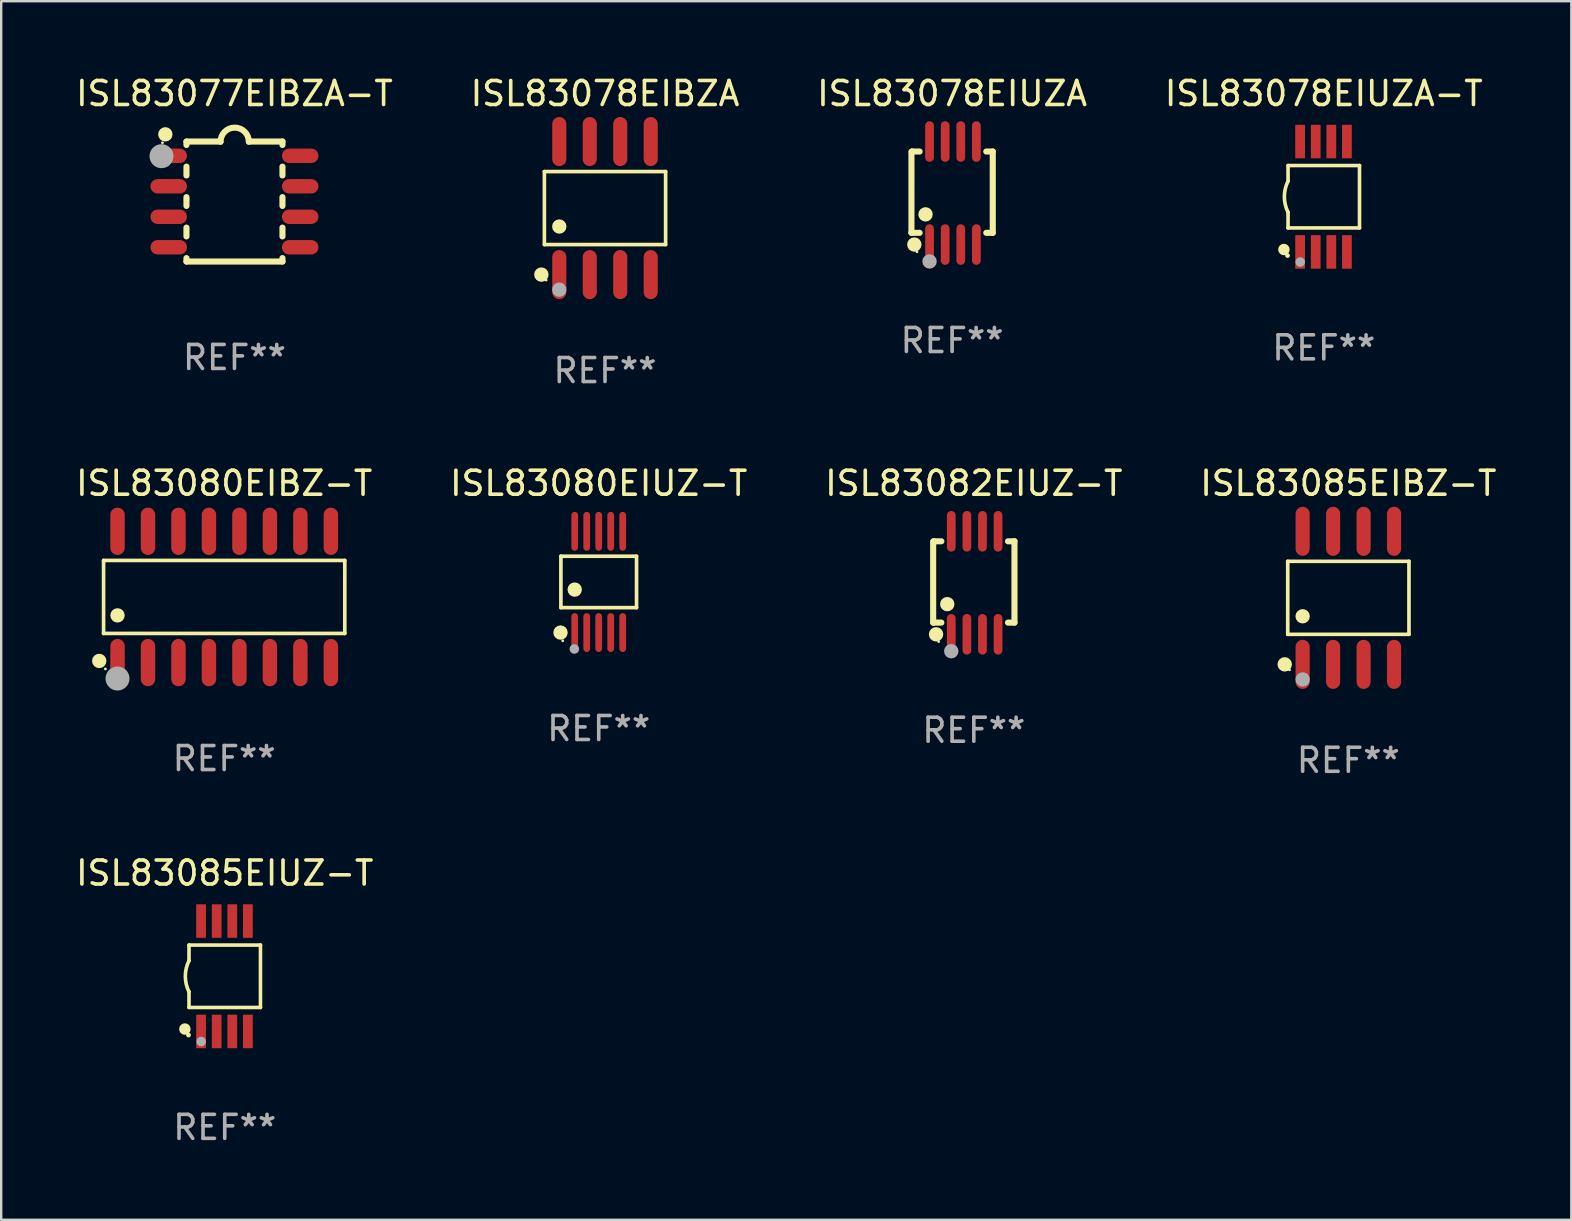
<source format=kicad_pcb>
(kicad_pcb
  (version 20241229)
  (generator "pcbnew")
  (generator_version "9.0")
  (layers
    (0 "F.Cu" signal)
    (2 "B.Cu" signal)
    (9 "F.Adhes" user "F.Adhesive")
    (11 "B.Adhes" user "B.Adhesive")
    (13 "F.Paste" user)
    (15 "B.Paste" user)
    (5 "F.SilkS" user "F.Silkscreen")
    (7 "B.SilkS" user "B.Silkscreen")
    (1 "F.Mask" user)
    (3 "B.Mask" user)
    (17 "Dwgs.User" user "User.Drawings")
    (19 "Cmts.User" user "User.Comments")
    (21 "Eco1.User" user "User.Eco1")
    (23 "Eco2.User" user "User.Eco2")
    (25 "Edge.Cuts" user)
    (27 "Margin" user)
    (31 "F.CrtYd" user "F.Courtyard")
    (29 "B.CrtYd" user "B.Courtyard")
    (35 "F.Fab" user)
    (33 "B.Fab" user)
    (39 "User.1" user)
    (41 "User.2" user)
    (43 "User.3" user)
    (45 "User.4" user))
  (footprint "ISL83080EIBZ-T"
    (layer "F.Cu")
    (at 6.292 21.825)
    (property "Reference" "ISL83080EIBZ-T" (at 0 -4.736 0) (layer "F.SilkS") (effects (font (size 1 1) (thickness 0.15))))
    (attr through_hole)
    (fp_line (start -5.026 -1.521) (end 5.026 -1.521) (stroke (width 0.152) (type solid)) (layer "F.SilkS"))
    (fp_line (start -5.026 1.521) (end -5.026 -1.521) (stroke (width 0.152) (type solid)) (layer "F.SilkS"))
    (fp_line (start 5.026 -1.521) (end 5.026 1.521) (stroke (width 0.152) (type solid)) (layer "F.SilkS"))
    (fp_line (start 5.026 1.521) (end -5.026 1.521) (stroke (width 0.152) (type solid)) (layer "F.SilkS"))
    (fp_circle (center -5.207 2.667) (end -5.057 2.667) (stroke (width 0.3) (type solid)) (fill no) (layer "F.SilkS"))
    (fp_circle (center -4.95 3) (end -4.92 3) (stroke (width 0.06) (type solid)) (fill no) (layer "F.SilkS"))
    (fp_circle (center -4.445 0.769) (end -4.295 0.769) (stroke (width 0.3) (type solid)) (fill no) (layer "F.SilkS"))
    (fp_circle (center -4.445 3.4) (end -4.195 3.4) (stroke (width 0.5) (type solid)) (fill no) (layer "F.Fab"))
    (fp_text user "REF**" (at 0 6.736 0) (layer "F.Fab") (effects (font (size 1 1) (thickness 0.15))))
    (pad "1" smd oval (at -4.445 2.736) (size 0.602 1.971) (layers "F.Cu" "F.Mask" "F.Paste"))
    (pad "2" smd oval (at -3.175 2.736) (size 0.602 1.971) (layers "F.Cu" "F.Mask" "F.Paste"))
    (pad "3" smd oval (at -1.905 2.736) (size 0.602 1.971) (layers "F.Cu" "F.Mask" "F.Paste"))
    (pad "4" smd oval (at -0.635 2.736) (size 0.602 1.971) (layers "F.Cu" "F.Mask" "F.Paste"))
    (pad "5" smd oval (at 0.635 2.736) (size 0.602 1.971) (layers "F.Cu" "F.Mask" "F.Paste"))
    (pad "6" smd oval (at 1.905 2.736) (size 0.602 1.971) (layers "F.Cu" "F.Mask" "F.Paste"))
    (pad "7" smd oval (at 3.175 2.736) (size 0.602 1.971) (layers "F.Cu" "F.Mask" "F.Paste"))
    (pad "8" smd oval (at 4.445 2.736) (size 0.602 1.971) (layers "F.Cu" "F.Mask" "F.Paste"))
    (pad "9" smd oval (at 4.445 -2.736) (size 0.602 1.971) (layers "F.Cu" "F.Mask" "F.Paste"))
    (pad "10" smd oval (at 3.175 -2.736) (size 0.602 1.971) (layers "F.Cu" "F.Mask" "F.Paste"))
    (pad "11" smd oval (at 1.905 -2.736) (size 0.602 1.971) (layers "F.Cu" "F.Mask" "F.Paste"))
    (pad "12" smd oval (at 0.635 -2.736) (size 0.602 1.971) (layers "F.Cu" "F.Mask" "F.Paste"))
    (pad "13" smd oval (at -0.635 -2.736) (size 0.602 1.971) (layers "F.Cu" "F.Mask" "F.Paste"))
    (pad "14" smd oval (at -1.905 -2.736) (size 0.602 1.971) (layers "F.Cu" "F.Mask" "F.Paste"))
    (pad "15" smd oval (at -3.175 -2.736) (size 0.602 1.971) (layers "F.Cu" "F.Mask" "F.Paste"))
    (pad "16" smd oval (at -4.445 -2.736) (size 0.602 1.971) (layers "F.Cu" "F.Mask" "F.Paste")))
  (footprint "ISL83085EIUZ-T"
    (layer "F.Cu")
    (at 6.315 37.631)
    (property "Reference" "ISL83085EIUZ-T" (at 0 -4.3 0) (layer "F.SilkS") (effects (font (size 1 1) (thickness 0.15))))
    (attr through_hole)
    (fp_line (start -1.489 -1.3) (end -1.489 -0.648) (stroke (width 0.15) (type solid)) (layer "F.SilkS"))
    (fp_line (start -1.489 0.648) (end -1.489 1.3) (stroke (width 0.15) (type solid)) (layer "F.SilkS"))
    (fp_line (start -1.489 1.3) (end 1.489 1.3) (stroke (width 0.15) (type solid)) (layer "F.SilkS"))
    (fp_line (start 1.489 -1.3) (end -1.489 -1.3) (stroke (width 0.15) (type solid)) (layer "F.SilkS"))
    (fp_line (start 1.489 1.3) (end 1.489 -1.3) (stroke (width 0.15) (type solid)) (layer "F.SilkS"))
    (fp_arc (start -1.489205 0.647702) (mid -1.642107 0) (end -1.489205 -0.647701) (stroke (width 0.150013) (type solid)) (layer "F.SilkS"))
    (fp_circle (center -1.661 2.2) (end -1.541 2.2) (stroke (width 0.24) (type solid)) (fill no) (layer "F.SilkS"))
    (fp_circle (center -1.511 2.45) (end -1.461 2.45) (stroke (width 0.1) (type solid)) (fill no) (layer "F.SilkS"))
    (fp_circle (center -0.981 2.72) (end -0.881 2.72) (stroke (width 0.2) (type solid)) (fill no) (layer "F.Fab"))
    (fp_text user "REF**" (at 0 6.3 0) (layer "F.Fab") (effects (font (size 1 1) (thickness 0.15))))
    (pad "1" smd rect (at -0.986 2.3) (size 0.406 1.397) (layers "F.Cu" "F.Mask" "F.Paste"))
    (pad "2" smd rect (at -0.336 2.3) (size 0.406 1.397) (layers "F.Cu" "F.Mask" "F.Paste"))
    (pad "3" smd rect (at 0.314 2.3) (size 0.406 1.397) (layers "F.Cu" "F.Mask" "F.Paste"))
    (pad "4" smd rect (at 0.964 2.3) (size 0.406 1.397) (layers "F.Cu" "F.Mask" "F.Paste"))
    (pad "5" smd rect (at 0.964 -2.3) (size 0.406 1.397) (layers "F.Cu" "F.Mask" "F.Paste"))
    (pad "6" smd rect (at 0.314 -2.3) (size 0.406 1.397) (layers "F.Cu" "F.Mask" "F.Paste"))
    (pad "7" smd rect (at -0.336 -2.3) (size 0.406 1.397) (layers "F.Cu" "F.Mask" "F.Paste"))
    (pad "8" smd rect (at -0.986 -2.3) (size 0.406 1.397) (layers "F.Cu" "F.Mask" "F.Paste")))
  (footprint "ISL83078EIUZA-T"
    (layer "F.Cu")
    (at 52.113 5.148)
    (property "Reference" "ISL83078EIUZA-T" (at 0 -4.3 0) (layer "F.SilkS") (effects (font (size 1 1) (thickness 0.15))))
    (attr through_hole)
    (fp_line (start -1.489 -1.3) (end -1.489 -0.648) (stroke (width 0.15) (type solid)) (layer "F.SilkS"))
    (fp_line (start -1.489 0.648) (end -1.489 1.3) (stroke (width 0.15) (type solid)) (layer "F.SilkS"))
    (fp_line (start -1.489 1.3) (end 1.489 1.3) (stroke (width 0.15) (type solid)) (layer "F.SilkS"))
    (fp_line (start 1.489 -1.3) (end -1.489 -1.3) (stroke (width 0.15) (type solid)) (layer "F.SilkS"))
    (fp_line (start 1.489 1.3) (end 1.489 -1.3) (stroke (width 0.15) (type solid)) (layer "F.SilkS"))
    (fp_arc (start -1.489205 0.647702) (mid -1.642107 0) (end -1.489205 -0.647701) (stroke (width 0.150013) (type solid)) (layer "F.SilkS"))
    (fp_circle (center -1.661 2.2) (end -1.541 2.2) (stroke (width 0.24) (type solid)) (fill no) (layer "F.SilkS"))
    (fp_circle (center -1.511 2.45) (end -1.461 2.45) (stroke (width 0.1) (type solid)) (fill no) (layer "F.SilkS"))
    (fp_circle (center -0.981 2.72) (end -0.881 2.72) (stroke (width 0.2) (type solid)) (fill no) (layer "F.Fab"))
    (fp_text user "REF**" (at 0 6.3 0) (layer "F.Fab") (effects (font (size 1 1) (thickness 0.15))))
    (pad "1" smd rect (at -0.986 2.3) (size 0.406 1.397) (layers "F.Cu" "F.Mask" "F.Paste"))
    (pad "2" smd rect (at -0.336 2.3) (size 0.406 1.397) (layers "F.Cu" "F.Mask" "F.Paste"))
    (pad "3" smd rect (at 0.314 2.3) (size 0.406 1.397) (layers "F.Cu" "F.Mask" "F.Paste"))
    (pad "4" smd rect (at 0.964 2.3) (size 0.406 1.397) (layers "F.Cu" "F.Mask" "F.Paste"))
    (pad "5" smd rect (at 0.964 -2.3) (size 0.406 1.397) (layers "F.Cu" "F.Mask" "F.Paste"))
    (pad "6" smd rect (at 0.314 -2.3) (size 0.406 1.397) (layers "F.Cu" "F.Mask" "F.Paste"))
    (pad "7" smd rect (at -0.336 -2.3) (size 0.406 1.397) (layers "F.Cu" "F.Mask" "F.Paste"))
    (pad "8" smd rect (at -0.986 -2.3) (size 0.406 1.397) (layers "F.Cu" "F.Mask" "F.Paste")))
  (footprint "ISL83085EIBZ-T"
    (layer "F.Cu")
    (at 53.137 21.862)
    (property "Reference" "ISL83085EIBZ-T" (at 0 -4.772 0) (layer "F.SilkS") (effects (font (size 1 1) (thickness 0.15))))
    (attr through_hole)
    (fp_line (start -2.526 -1.521) (end 2.526 -1.521) (stroke (width 0.152) (type solid)) (layer "F.SilkS"))
    (fp_line (start -2.526 1.521) (end -2.526 -1.521) (stroke (width 0.152) (type solid)) (layer "F.SilkS"))
    (fp_line (start 2.526 -1.521) (end 2.526 1.521) (stroke (width 0.152) (type solid)) (layer "F.SilkS"))
    (fp_line (start 2.526 1.521) (end -2.526 1.521) (stroke (width 0.152) (type solid)) (layer "F.SilkS"))
    (fp_circle (center -2.652 2.772) (end -2.501 2.772) (stroke (width 0.3) (type solid)) (fill no) (layer "F.SilkS"))
    (fp_circle (center -2.45 3) (end -2.42 3) (stroke (width 0.06) (type solid)) (fill no) (layer "F.SilkS"))
    (fp_circle (center -1.905 0.769) (end -1.755 0.769) (stroke (width 0.3) (type solid)) (fill no) (layer "F.SilkS"))
    (fp_circle (center -1.905 3.4) (end -1.755 3.4) (stroke (width 0.3) (type solid)) (fill no) (layer "F.Fab"))
    (fp_text user "REF**" (at 0 6.772 0) (layer "F.Fab") (effects (font (size 1 1) (thickness 0.15))))
    (pad "1" smd oval (at -1.905 2.772) (size 0.588 2.045) (layers "F.Cu" "F.Mask" "F.Paste"))
    (pad "2" smd oval (at -0.635 2.772) (size 0.588 2.045) (layers "F.Cu" "F.Mask" "F.Paste"))
    (pad "3" smd oval (at 0.635 2.772) (size 0.588 2.045) (layers "F.Cu" "F.Mask" "F.Paste"))
    (pad "4" smd oval (at 1.905 2.772) (size 0.588 2.045) (layers "F.Cu" "F.Mask" "F.Paste"))
    (pad "5" smd oval (at 1.905 -2.772) (size 0.588 2.045) (layers "F.Cu" "F.Mask" "F.Paste"))
    (pad "6" smd oval (at 0.635 -2.772) (size 0.588 2.045) (layers "F.Cu" "F.Mask" "F.Paste"))
    (pad "7" smd oval (at -0.635 -2.772) (size 0.588 2.045) (layers "F.Cu" "F.Mask" "F.Paste"))
    (pad "8" smd oval (at -1.905 -2.772) (size 0.588 2.045) (layers "F.Cu" "F.Mask" "F.Paste")))
  (footprint "ISL83078EIBZA"
    (layer "F.Cu")
    (at 22.161 5.621)
    (property "Reference" "ISL83078EIBZA" (at 0 -4.772 0) (layer "F.SilkS") (effects (font (size 1 1) (thickness 0.15))))
    (attr through_hole)
    (fp_line (start -2.526 -1.521) (end 2.526 -1.521) (stroke (width 0.152) (type solid)) (layer "F.SilkS"))
    (fp_line (start -2.526 1.521) (end -2.526 -1.521) (stroke (width 0.152) (type solid)) (layer "F.SilkS"))
    (fp_line (start 2.526 -1.521) (end 2.526 1.521) (stroke (width 0.152) (type solid)) (layer "F.SilkS"))
    (fp_line (start 2.526 1.521) (end -2.526 1.521) (stroke (width 0.152) (type solid)) (layer "F.SilkS"))
    (fp_circle (center -2.652 2.772) (end -2.501 2.772) (stroke (width 0.3) (type solid)) (fill no) (layer "F.SilkS"))
    (fp_circle (center -2.45 3) (end -2.42 3) (stroke (width 0.06) (type solid)) (fill no) (layer "F.SilkS"))
    (fp_circle (center -1.905 0.769) (end -1.755 0.769) (stroke (width 0.3) (type solid)) (fill no) (layer "F.SilkS"))
    (fp_circle (center -1.905 3.4) (end -1.755 3.4) (stroke (width 0.3) (type solid)) (fill no) (layer "F.Fab"))
    (fp_text user "REF**" (at 0 6.772 0) (layer "F.Fab") (effects (font (size 1 1) (thickness 0.15))))
    (pad "1" smd oval (at -1.905 2.772) (size 0.588 2.045) (layers "F.Cu" "F.Mask" "F.Paste"))
    (pad "2" smd oval (at -0.635 2.772) (size 0.588 2.045) (layers "F.Cu" "F.Mask" "F.Paste"))
    (pad "3" smd oval (at 0.635 2.772) (size 0.588 2.045) (layers "F.Cu" "F.Mask" "F.Paste"))
    (pad "4" smd oval (at 1.905 2.772) (size 0.588 2.045) (layers "F.Cu" "F.Mask" "F.Paste"))
    (pad "5" smd oval (at 1.905 -2.772) (size 0.588 2.045) (layers "F.Cu" "F.Mask" "F.Paste"))
    (pad "6" smd oval (at 0.635 -2.772) (size 0.588 2.045) (layers "F.Cu" "F.Mask" "F.Paste"))
    (pad "7" smd oval (at -0.635 -2.772) (size 0.588 2.045) (layers "F.Cu" "F.Mask" "F.Paste"))
    (pad "8" smd oval (at -1.905 -2.772) (size 0.588 2.045) (layers "F.Cu" "F.Mask" "F.Paste")))
  (footprint "ISL83078EIUZA"
    (layer "F.Cu")
    (at 36.625 4.994)
    (property "Reference" "ISL83078EIUZA" (at 0 -4.146 0) (layer "F.SilkS") (effects (font (size 1 1) (thickness 0.15))))
    (attr through_hole)
    (fp_line (start -1.694 -1.724) (end -1.694 1.652) (stroke (width 0.254) (type solid)) (layer "F.SilkS"))
    (fp_line (start -1.694 1.652) (end -1.688 1.658) (stroke (width 0.254) (type solid)) (layer "F.SilkS"))
    (fp_line (start -1.688 1.658) (end -1.353 1.658) (stroke (width 0.254) (type solid)) (layer "F.SilkS"))
    (fp_line (start -1.661 -1.73) (end -1.681 -1.71) (stroke (width 0.254) (type solid)) (layer "F.SilkS"))
    (fp_line (start -1.353 -1.73) (end -1.661 -1.73) (stroke (width 0.254) (type solid)) (layer "F.SilkS"))
    (fp_line (start 1.424 1.658) (end 1.694 1.658) (stroke (width 0.254) (type solid)) (layer "F.SilkS"))
    (fp_line (start 1.694 -1.73) (end 1.424 -1.73) (stroke (width 0.254) (type solid)) (layer "F.SilkS"))
    (fp_line (start 1.694 1.658) (end 1.694 -1.73) (stroke (width 0.254) (type solid)) (layer "F.SilkS"))
    (fp_circle (center -1.574 2.146) (end -1.424 2.146) (stroke (width 0.3) (type solid)) (fill no) (layer "F.SilkS"))
    (fp_circle (center -1.464 2.45) (end -1.434 2.45) (stroke (width 0.06) (type solid)) (fill no) (layer "F.SilkS"))
    (fp_circle (center -1.107 0.889) (end -0.957 0.889) (stroke (width 0.3) (type solid)) (fill no) (layer "F.SilkS"))
    (fp_circle (center -0.94 2.85) (end -0.789 2.85) (stroke (width 0.3) (type solid)) (fill no) (layer "F.Fab"))
    (fp_text user "REF**" (at 0 6.146 0) (layer "F.Fab") (effects (font (size 1 1) (thickness 0.15))))
    (pad "1" smd oval (at -0.94 2.146) (size 0.364 1.692) (layers "F.Cu" "F.Mask" "F.Paste"))
    (pad "2" smd oval (at -0.289 2.146) (size 0.364 1.692) (layers "F.Cu" "F.Mask" "F.Paste"))
    (pad "3" smd oval (at 0.361 2.146) (size 0.364 1.692) (layers "F.Cu" "F.Mask" "F.Paste"))
    (pad "4" smd oval (at 1.011 2.146) (size 0.364 1.692) (layers "F.Cu" "F.Mask" "F.Paste"))
    (pad "5" smd oval (at 1.011 -2.146) (size 0.364 1.692) (layers "F.Cu" "F.Mask" "F.Paste"))
    (pad "6" smd oval (at 0.361 -2.146) (size 0.364 1.692) (layers "F.Cu" "F.Mask" "F.Paste"))
    (pad "7" smd oval (at -0.289 -2.146) (size 0.364 1.692) (layers "F.Cu" "F.Mask" "F.Paste"))
    (pad "8" smd oval (at -0.94 -2.146) (size 0.364 1.692) (layers "F.Cu" "F.Mask" "F.Paste")))
  (footprint "ISL83080EIUZ-T"
    (layer "F.Cu")
    (at 21.899 21.2)
    (property "Reference" "ISL83080EIUZ-T" (at 0 -4.11 0) (layer "F.SilkS") (effects (font (size 1 1) (thickness 0.15))))
    (attr through_hole)
    (fp_line (start -1.576 -1.071) (end 1.576 -1.071) (stroke (width 0.152) (type solid)) (layer "F.SilkS"))
    (fp_line (start -1.576 1.071) (end -1.576 -1.071) (stroke (width 0.152) (type solid)) (layer "F.SilkS"))
    (fp_line (start 1.576 -1.071) (end 1.576 1.071) (stroke (width 0.152) (type solid)) (layer "F.SilkS"))
    (fp_line (start 1.576 1.071) (end -1.576 1.071) (stroke (width 0.152) (type solid)) (layer "F.SilkS"))
    (fp_circle (center -1.592 2.11) (end -1.442 2.11) (stroke (width 0.3) (type solid)) (fill no) (layer "F.SilkS"))
    (fp_circle (center -1.5 2.45) (end -1.47 2.45) (stroke (width 0.06) (type solid)) (fill no) (layer "F.SilkS"))
    (fp_circle (center -1 0.319) (end -0.85 0.319) (stroke (width 0.3) (type solid)) (fill no) (layer "F.SilkS"))
    (fp_circle (center -1.016 2.794) (end -0.916 2.794) (stroke (width 0.2) (type solid)) (fill no) (layer "F.Fab"))
    (fp_text user "REF**" (at 0 6.11 0) (layer "F.Fab") (effects (font (size 1 1) (thickness 0.15))))
    (pad "1" smd oval (at -1 2.11) (size 0.28 1.62) (layers "F.Cu" "F.Mask" "F.Paste"))
    (pad "2" smd oval (at -0.5 2.11) (size 0.28 1.62) (layers "F.Cu" "F.Mask" "F.Paste"))
    (pad "3" smd oval (at 0 2.11) (size 0.28 1.62) (layers "F.Cu" "F.Mask" "F.Paste"))
    (pad "4" smd oval (at 0.5 2.11) (size 0.28 1.62) (layers "F.Cu" "F.Mask" "F.Paste"))
    (pad "5" smd oval (at 1 2.11) (size 0.28 1.62) (layers "F.Cu" "F.Mask" "F.Paste"))
    (pad "6" smd oval (at 1 -2.11) (size 0.28 1.62) (layers "F.Cu" "F.Mask" "F.Paste"))
    (pad "7" smd oval (at 0.5 -2.11) (size 0.28 1.62) (layers "F.Cu" "F.Mask" "F.Paste"))
    (pad "8" smd oval (at 0 -2.11) (size 0.28 1.62) (layers "F.Cu" "F.Mask" "F.Paste"))
    (pad "9" smd oval (at -0.5 -2.11) (size 0.28 1.62) (layers "F.Cu" "F.Mask" "F.Paste"))
    (pad "10" smd oval (at -1 -2.11) (size 0.28 1.62) (layers "F.Cu" "F.Mask" "F.Paste")))
  (footprint "ISL83077EIBZA-T"
    (layer "F.Cu")
    (at 6.72 5.348)
    (property "Reference" "ISL83077EIBZA-T" (at 0 -4.5 0) (layer "F.SilkS") (effects (font (size 1 1) (thickness 0.15))))
    (attr through_hole)
    (fp_line (start -2 -2.5) (end -2 -2.356) (stroke (width 0.254) (type solid)) (layer "F.SilkS"))
    (fp_line (start -2 -1.454) (end -2 -1.086) (stroke (width 0.254) (type solid)) (layer "F.SilkS"))
    (fp_line (start -2 -0.184) (end -2 0.184) (stroke (width 0.254) (type solid)) (layer "F.SilkS"))
    (fp_line (start -2 1.086) (end -2 1.454) (stroke (width 0.254) (type solid)) (layer "F.SilkS"))
    (fp_line (start -2 2.356) (end -2 2.5) (stroke (width 0.254) (type solid)) (layer "F.SilkS"))
    (fp_line (start -0.58 -2.5) (end -2 -2.5) (stroke (width 0.254) (type solid)) (layer "F.SilkS"))
    (fp_line (start 2 -2.5) (end 0.6 -2.5) (stroke (width 0.254) (type solid)) (layer "F.SilkS"))
    (fp_line (start 2 -2.5) (end 2 -2.356) (stroke (width 0.254) (type solid)) (layer "F.SilkS"))
    (fp_line (start 2 -1.454) (end 2 -1.086) (stroke (width 0.254) (type solid)) (layer "F.SilkS"))
    (fp_line (start 2 -0.184) (end 2 0.184) (stroke (width 0.254) (type solid)) (layer "F.SilkS"))
    (fp_line (start 2 1.086) (end 2 1.454) (stroke (width 0.254) (type solid)) (layer "F.SilkS"))
    (fp_line (start 2 2.356) (end 2 2.5) (stroke (width 0.254) (type solid)) (layer "F.SilkS"))
    (fp_line (start 2 2.5) (end -2 2.5) (stroke (width 0.254) (type solid)) (layer "F.SilkS"))
    (fp_arc (start -0.579908 -2.489992) (mid 0.010097 -3.07831) (end 0.600102 -2.489992) (stroke (width 0.254001) (type solid)) (layer "F.SilkS"))
    (fp_circle (center -3 -2.45) (end -2.97 -2.45) (stroke (width 0.06) (type solid)) (fill no) (layer "F.SilkS"))
    (fp_circle (center -2.88 -2.8) (end -2.73 -2.8) (stroke (width 0.3) (type solid)) (fill no) (layer "F.SilkS"))
    (fp_circle (center -3.04 -1.89) (end -2.79 -1.89) (stroke (width 0.5) (type solid)) (fill no) (layer "F.Fab"))
    (fp_text user "REF**" (at 0 6.5 0) (layer "F.Fab") (effects (font (size 1 1) (thickness 0.15))))
    (pad "1" smd oval (at -2.74 -1.905 90) (size 0.6 1.52) (layers "F.Cu" "F.Mask" "F.Paste"))
    (pad "2" smd oval (at -2.74 -0.635 90) (size 0.6 1.52) (layers "F.Cu" "F.Mask" "F.Paste"))
    (pad "3" smd oval (at -2.74 0.635 90) (size 0.6 1.52) (layers "F.Cu" "F.Mask" "F.Paste"))
    (pad "4" smd oval (at -2.74 1.905 90) (size 0.6 1.52) (layers "F.Cu" "F.Mask" "F.Paste"))
    (pad "5" smd oval (at 2.74 1.905 90) (size 0.6 1.52) (layers "F.Cu" "F.Mask" "F.Paste"))
    (pad "6" smd oval (at 2.74 0.635 90) (size 0.6 1.52) (layers "F.Cu" "F.Mask" "F.Paste"))
    (pad "7" smd oval (at 2.74 -0.635 90) (size 0.6 1.52) (layers "F.Cu" "F.Mask" "F.Paste"))
    (pad "8" smd oval (at 2.74 -1.905 90) (size 0.6 1.52) (layers "F.Cu" "F.Mask" "F.Paste")))
  (footprint "ISL83082EIUZ-T"
    (layer "F.Cu")
    (at 37.53 21.236)
    (property "Reference" "ISL83082EIUZ-T" (at 0 -4.146 0) (layer "F.SilkS") (effects (font (size 1 1) (thickness 0.15))))
    (attr through_hole)
    (fp_line (start -1.694 -1.724) (end -1.694 1.652) (stroke (width 0.254) (type solid)) (layer "F.SilkS"))
    (fp_line (start -1.694 1.652) (end -1.688 1.658) (stroke (width 0.254) (type solid)) (layer "F.SilkS"))
    (fp_line (start -1.688 1.658) (end -1.353 1.658) (stroke (width 0.254) (type solid)) (layer "F.SilkS"))
    (fp_line (start -1.661 -1.73) (end -1.681 -1.71) (stroke (width 0.254) (type solid)) (layer "F.SilkS"))
    (fp_line (start -1.353 -1.73) (end -1.661 -1.73) (stroke (width 0.254) (type solid)) (layer "F.SilkS"))
    (fp_line (start 1.424 1.658) (end 1.694 1.658) (stroke (width 0.254) (type solid)) (layer "F.SilkS"))
    (fp_line (start 1.694 -1.73) (end 1.424 -1.73) (stroke (width 0.254) (type solid)) (layer "F.SilkS"))
    (fp_line (start 1.694 1.658) (end 1.694 -1.73) (stroke (width 0.254) (type solid)) (layer "F.SilkS"))
    (fp_circle (center -1.574 2.146) (end -1.424 2.146) (stroke (width 0.3) (type solid)) (fill no) (layer "F.SilkS"))
    (fp_circle (center -1.464 2.45) (end -1.434 2.45) (stroke (width 0.06) (type solid)) (fill no) (layer "F.SilkS"))
    (fp_circle (center -1.107 0.889) (end -0.957 0.889) (stroke (width 0.3) (type solid)) (fill no) (layer "F.SilkS"))
    (fp_circle (center -0.94 2.85) (end -0.789 2.85) (stroke (width 0.3) (type solid)) (fill no) (layer "F.Fab"))
    (fp_text user "REF**" (at 0 6.146 0) (layer "F.Fab") (effects (font (size 1 1) (thickness 0.15))))
    (pad "1" smd oval (at -0.94 2.146) (size 0.364 1.692) (layers "F.Cu" "F.Mask" "F.Paste"))
    (pad "2" smd oval (at -0.289 2.146) (size 0.364 1.692) (layers "F.Cu" "F.Mask" "F.Paste"))
    (pad "3" smd oval (at 0.361 2.146) (size 0.364 1.692) (layers "F.Cu" "F.Mask" "F.Paste"))
    (pad "4" smd oval (at 1.011 2.146) (size 0.364 1.692) (layers "F.Cu" "F.Mask" "F.Paste"))
    (pad "5" smd oval (at 1.011 -2.146) (size 0.364 1.692) (layers "F.Cu" "F.Mask" "F.Paste"))
    (pad "6" smd oval (at 0.361 -2.146) (size 0.364 1.692) (layers "F.Cu" "F.Mask" "F.Paste"))
    (pad "7" smd oval (at -0.289 -2.146) (size 0.364 1.692) (layers "F.Cu" "F.Mask" "F.Paste"))
    (pad "8" smd oval (at -0.94 -2.146) (size 0.364 1.692) (layers "F.Cu" "F.Mask" "F.Paste")))
  (gr_rect
    (start -3 -3)
    (end 62.429 47.779)
    (stroke (width 0.1) (type default))
    (fill no)
    (layer "Edge.Cuts")))
</source>
